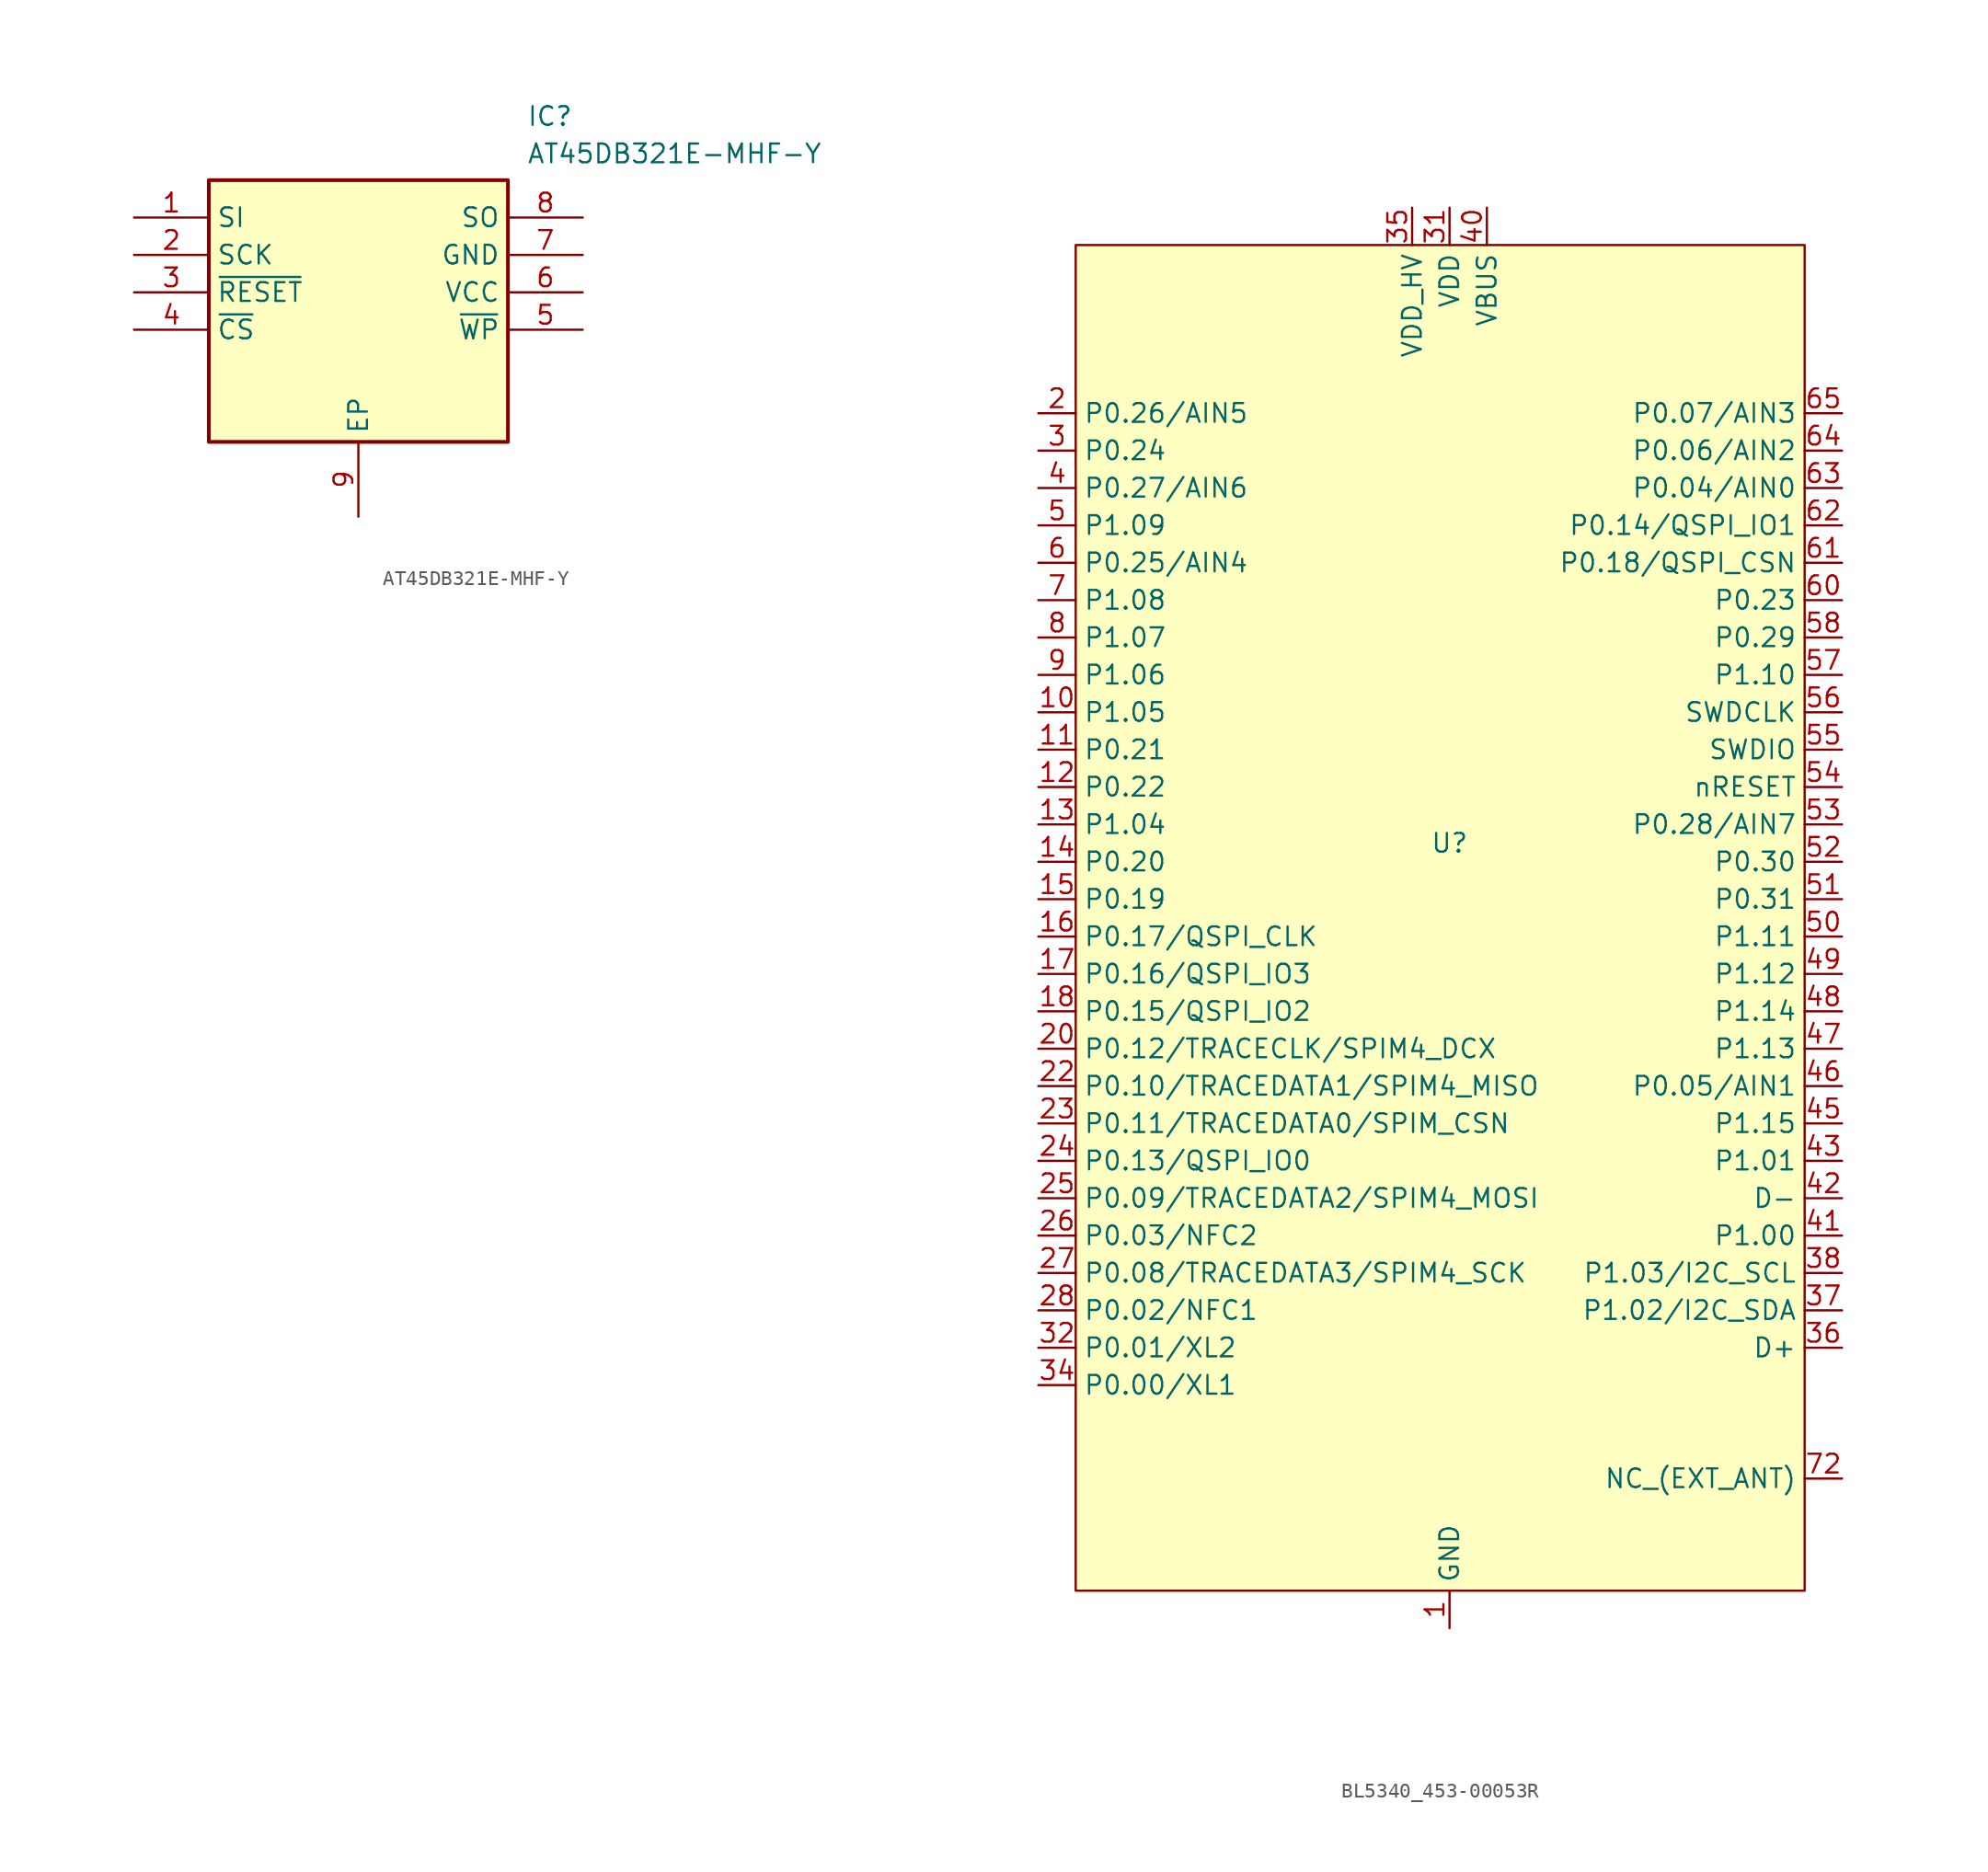
<source format=kicad_sym>
(kicad_symbol_lib
  (version 20231120)
  (generator "kicad_symbol_editor")
  (generator_version "8.0")
  (symbol "AT45DB321E-MHF-Y"
    (property "Reference" "IC"
      (at 26.67 7.62 0)
      (effects (font (size 1.27 1.27)) (justify left top)))
    (property "Value" "AT45DB321E-MHF-Y"
      (at 26.67 5.08 0)
      (effects (font (size 1.27 1.27)) (justify left top)))
    (symbol "AT45DB321E-MHF-Y_1_1"
      (rectangle (start 5.08 2.54) (end 25.4 -15.24) (stroke (width 0.254) (type default)) (fill (type background)))
      (pin passive line (at 0 0 0) (length 5.08) (name "SI" (effects (font (size 1.27 1.27)))) (number "1" (effects (font (size 1.27 1.27)))))
      (pin passive line (at 0 -2.54 0) (length 5.08) (name "SCK" (effects (font (size 1.27 1.27)))) (number "2" (effects (font (size 1.27 1.27)))))
      (pin passive line (at 0 -5.08 0) (length 5.08) (name "~{RESET}" (effects (font (size 1.27 1.27)))) (number "3" (effects (font (size 1.27 1.27)))))
      (pin passive line (at 0 -7.62 0) (length 5.08) (name "~{CS}" (effects (font (size 1.27 1.27)))) (number "4" (effects (font (size 1.27 1.27)))))
      (pin passive line (at 30.48 -7.62 180) (length 5.08) (name "~{WP}" (effects (font (size 1.27 1.27)))) (number "5" (effects (font (size 1.27 1.27)))))
      (pin passive line (at 30.48 -5.08 180) (length 5.08) (name "VCC" (effects (font (size 1.27 1.27)))) (number "6" (effects (font (size 1.27 1.27)))))
      (pin passive line (at 30.48 -2.54 180) (length 5.08) (name "GND" (effects (font (size 1.27 1.27)))) (number "7" (effects (font (size 1.27 1.27)))))
      (pin passive line (at 30.48 0 180) (length 5.08) (name "SO" (effects (font (size 1.27 1.27)))) (number "8" (effects (font (size 1.27 1.27)))))
      (pin passive line (at 15.24 -20.32 90) (length 5.08) (name "EP" (effects (font (size 1.27 1.27)))) (number "9" (effects (font (size 1.27 1.27)))))))
  (symbol "BL5340_453-00053R"
    (property "Reference" "U"
      (at 0 0 0)
      (effects (font (size 1.27 1.27))))
    (property "Value" ""
      (at 0 0 0)
      (effects (font (size 1.27 1.27))))
    (symbol "BL5340_453-00053R_1_1"
      (rectangle (start -25.4 40.64) (end 24.13 -50.8) (stroke (width 0) (type default)) (fill (type background)))
      (pin input line (at 0 -53.34 90) (length 2.54) (name "GND" (effects (font (size 1.27 1.27)))) (number "1" (effects (font (size 1.27 1.27)))))
      (pin input line (at -27.94 8.89 0) (length 2.54) (name "P1.05" (effects (font (size 1.27 1.27)))) (number "10" (effects (font (size 1.27 1.27)))))
      (pin input line (at -27.94 6.35 0) (length 2.54) (name "P0.21" (effects (font (size 1.27 1.27)))) (number "11" (effects (font (size 1.27 1.27)))))
      (pin input line (at -27.94 3.81 0) (length 2.54) (name "P0.22" (effects (font (size 1.27 1.27)))) (number "12" (effects (font (size 1.27 1.27)))))
      (pin input line (at -27.94 1.27 0) (length 2.54) (name "P1.04" (effects (font (size 1.27 1.27)))) (number "13" (effects (font (size 1.27 1.27)))))
      (pin input line (at -27.94 -1.27 0) (length 2.54) (name "P0.20" (effects (font (size 1.27 1.27)))) (number "14" (effects (font (size 1.27 1.27)))))
      (pin input line (at -27.94 -3.81 0) (length 2.54) (name "P0.19" (effects (font (size 1.27 1.27)))) (number "15" (effects (font (size 1.27 1.27)))))
      (pin input line (at -27.94 -6.35 0) (length 2.54) (name "P0.17/QSPI_CLK" (effects (font (size 1.27 1.27)))) (number "16" (effects (font (size 1.27 1.27)))))
      (pin input line (at -27.94 -8.89 0) (length 2.54) (name "P0.16/QSPI_IO3" (effects (font (size 1.27 1.27)))) (number "17" (effects (font (size 1.27 1.27)))))
      (pin input line (at -27.94 -11.43 0) (length 2.54) (name "P0.15/QSPI_IO2" (effects (font (size 1.27 1.27)))) (number "18" (effects (font (size 1.27 1.27)))))
      (pin input line (at 0 -53.34 90) (length 2.54) hide (name "GND" (effects (font (size 1.27 1.27)))) (number "19" (effects (font (size 1.27 1.27)))))
      (pin input line (at -27.94 29.21 0) (length 2.54) (name "P0.26/AIN5" (effects (font (size 1.27 1.27)))) (number "2" (effects (font (size 1.27 1.27)))))
      (pin input line (at -27.94 -13.97 0) (length 2.54) (name "P0.12/TRACECLK/SPIM4_DCX" (effects (font (size 1.27 1.27)))) (number "20" (effects (font (size 1.27 1.27)))))
      (pin input line (at 0 -53.34 90) (length 2.54) hide (name "GND" (effects (font (size 1.27 1.27)))) (number "21" (effects (font (size 1.27 1.27)))))
      (pin input line (at -27.94 -16.51 0) (length 2.54) (name "P0.10/TRACEDATA1/SPIM4_MISO" (effects (font (size 1.27 1.27)))) (number "22" (effects (font (size 1.27 1.27)))))
      (pin input line (at -27.94 -19.05 0) (length 2.54) (name "P0.11/TRACEDATA0/SPIM_CSN" (effects (font (size 1.27 1.27)))) (number "23" (effects (font (size 1.27 1.27)))))
      (pin input line (at -27.94 -21.59 0) (length 2.54) (name "P0.13/QSPI_IO0" (effects (font (size 1.27 1.27)))) (number "24" (effects (font (size 1.27 1.27)))))
      (pin input line (at -27.94 -24.13 0) (length 2.54) (name "P0.09/TRACEDATA2/SPIM4_MOSI" (effects (font (size 1.27 1.27)))) (number "25" (effects (font (size 1.27 1.27)))))
      (pin input line (at -27.94 -26.67 0) (length 2.54) (name "P0.03/NFC2" (effects (font (size 1.27 1.27)))) (number "26" (effects (font (size 1.27 1.27)))))
      (pin input line (at -27.94 -29.21 0) (length 2.54) (name "P0.08/TRACEDATA3/SPIM4_SCK" (effects (font (size 1.27 1.27)))) (number "27" (effects (font (size 1.27 1.27)))))
      (pin input line (at -27.94 -31.75 0) (length 2.54) (name "P0.02/NFC1" (effects (font (size 1.27 1.27)))) (number "28" (effects (font (size 1.27 1.27)))))
      (pin input line (at 0 -53.34 90) (length 2.54) hide (name "GND" (effects (font (size 1.27 1.27)))) (number "29" (effects (font (size 1.27 1.27)))))
      (pin input line (at -27.94 26.67 0) (length 2.54) (name "P0.24" (effects (font (size 1.27 1.27)))) (number "3" (effects (font (size 1.27 1.27)))))
      (pin input line (at 0 -53.34 90) (length 2.54) hide (name "GND" (effects (font (size 1.27 1.27)))) (number "30" (effects (font (size 1.27 1.27)))))
      (pin input line (at 0 43.18 270) (length 2.54) (name "VDD" (effects (font (size 1.27 1.27)))) (number "31" (effects (font (size 1.27 1.27)))))
      (pin input line (at -27.94 -34.29 0) (length 2.54) (name "P0.01/XL2" (effects (font (size 1.27 1.27)))) (number "32" (effects (font (size 1.27 1.27)))))
      (pin input line (at 0 -53.34 90) (length 2.54) hide (name "GND" (effects (font (size 1.27 1.27)))) (number "33" (effects (font (size 1.27 1.27)))))
      (pin input line (at -27.94 -36.83 0) (length 2.54) (name "P0.00/XL1" (effects (font (size 1.27 1.27)))) (number "34" (effects (font (size 1.27 1.27)))))
      (pin input line (at -2.54 43.18 270) (length 2.54) (name "VDD_HV" (effects (font (size 1.27 1.27)))) (number "35" (effects (font (size 1.27 1.27)))))
      (pin input line (at 26.67 -34.29 180) (length 2.54) (name "D+" (effects (font (size 1.27 1.27)))) (number "36" (effects (font (size 1.27 1.27)))))
      (pin input line (at 26.67 -31.75 180) (length 2.54) (name "P1.02/I2C_SDA" (effects (font (size 1.27 1.27)))) (number "37" (effects (font (size 1.27 1.27)))))
      (pin input line (at 26.67 -29.21 180) (length 2.54) (name "P1.03/I2C_SCL" (effects (font (size 1.27 1.27)))) (number "38" (effects (font (size 1.27 1.27)))))
      (pin input line (at 0 -53.34 90) (length 2.54) hide (name "GND" (effects (font (size 1.27 1.27)))) (number "39" (effects (font (size 1.27 1.27)))))
      (pin input line (at -27.94 24.13 0) (length 2.54) (name "P0.27/AIN6" (effects (font (size 1.27 1.27)))) (number "4" (effects (font (size 1.27 1.27)))))
      (pin input line (at 2.54 43.18 270) (length 2.54) (name "VBUS" (effects (font (size 1.27 1.27)))) (number "40" (effects (font (size 1.27 1.27)))))
      (pin input line (at 26.67 -26.67 180) (length 2.54) (name "P1.00" (effects (font (size 1.27 1.27)))) (number "41" (effects (font (size 1.27 1.27)))))
      (pin input line (at 26.67 -24.13 180) (length 2.54) (name "D-" (effects (font (size 1.27 1.27)))) (number "42" (effects (font (size 1.27 1.27)))))
      (pin input line (at 26.67 -21.59 180) (length 2.54) (name "P1.01" (effects (font (size 1.27 1.27)))) (number "43" (effects (font (size 1.27 1.27)))))
      (pin input line (at 0 -53.34 90) (length 2.54) hide (name "GND" (effects (font (size 1.27 1.27)))) (number "44" (effects (font (size 1.27 1.27)))))
      (pin input line (at 26.67 -19.05 180) (length 2.54) (name "P1.15" (effects (font (size 1.27 1.27)))) (number "45" (effects (font (size 1.27 1.27)))))
      (pin input line (at 26.67 -16.51 180) (length 2.54) (name "P0.05/AIN1" (effects (font (size 1.27 1.27)))) (number "46" (effects (font (size 1.27 1.27)))))
      (pin input line (at 26.67 -13.97 180) (length 2.54) (name "P1.13" (effects (font (size 1.27 1.27)))) (number "47" (effects (font (size 1.27 1.27)))))
      (pin input line (at 26.67 -11.43 180) (length 2.54) (name "P1.14" (effects (font (size 1.27 1.27)))) (number "48" (effects (font (size 1.27 1.27)))))
      (pin input line (at 26.67 -8.89 180) (length 2.54) (name "P1.12" (effects (font (size 1.27 1.27)))) (number "49" (effects (font (size 1.27 1.27)))))
      (pin input line (at -27.94 21.59 0) (length 2.54) (name "P1.09" (effects (font (size 1.27 1.27)))) (number "5" (effects (font (size 1.27 1.27)))))
      (pin input line (at 26.67 -6.35 180) (length 2.54) (name "P1.11" (effects (font (size 1.27 1.27)))) (number "50" (effects (font (size 1.27 1.27)))))
      (pin input line (at 26.67 -3.81 180) (length 2.54) (name "P0.31" (effects (font (size 1.27 1.27)))) (number "51" (effects (font (size 1.27 1.27)))))
      (pin input line (at 26.67 -1.27 180) (length 2.54) (name "P0.30" (effects (font (size 1.27 1.27)))) (number "52" (effects (font (size 1.27 1.27)))))
      (pin input line (at 26.67 1.27 180) (length 2.54) (name "P0.28/AIN7" (effects (font (size 1.27 1.27)))) (number "53" (effects (font (size 1.27 1.27)))))
      (pin input line (at 26.67 3.81 180) (length 2.54) (name "nRESET" (effects (font (size 1.27 1.27)))) (number "54" (effects (font (size 1.27 1.27)))))
      (pin input line (at 26.67 6.35 180) (length 2.54) (name "SWDIO" (effects (font (size 1.27 1.27)))) (number "55" (effects (font (size 1.27 1.27)))))
      (pin input line (at 26.67 8.89 180) (length 2.54) (name "SWDCLK" (effects (font (size 1.27 1.27)))) (number "56" (effects (font (size 1.27 1.27)))))
      (pin input line (at 26.67 11.43 180) (length 2.54) (name "P1.10" (effects (font (size 1.27 1.27)))) (number "57" (effects (font (size 1.27 1.27)))))
      (pin input line (at 26.67 13.97 180) (length 2.54) (name "P0.29" (effects (font (size 1.27 1.27)))) (number "58" (effects (font (size 1.27 1.27)))))
      (pin input line (at 0 -53.34 90) (length 2.54) hide (name "GND" (effects (font (size 1.27 1.27)))) (number "59" (effects (font (size 1.27 1.27)))))
      (pin input line (at -27.94 19.05 0) (length 2.54) (name "P0.25/AIN4" (effects (font (size 1.27 1.27)))) (number "6" (effects (font (size 1.27 1.27)))))
      (pin input line (at 26.67 16.51 180) (length 2.54) (name "P0.23" (effects (font (size 1.27 1.27)))) (number "60" (effects (font (size 1.27 1.27)))))
      (pin input line (at 26.67 19.05 180) (length 2.54) (name "P0.18/QSPI_CSN" (effects (font (size 1.27 1.27)))) (number "61" (effects (font (size 1.27 1.27)))))
      (pin input line (at 26.67 21.59 180) (length 2.54) (name "P0.14/QSPI_IO1" (effects (font (size 1.27 1.27)))) (number "62" (effects (font (size 1.27 1.27)))))
      (pin input line (at 26.67 24.13 180) (length 2.54) (name "P0.04/AIN0" (effects (font (size 1.27 1.27)))) (number "63" (effects (font (size 1.27 1.27)))))
      (pin input line (at 26.67 26.67 180) (length 2.54) (name "P0.06/AIN2" (effects (font (size 1.27 1.27)))) (number "64" (effects (font (size 1.27 1.27)))))
      (pin input line (at 26.67 29.21 180) (length 2.54) (name "P0.07/AIN3" (effects (font (size 1.27 1.27)))) (number "65" (effects (font (size 1.27 1.27)))))
      (pin input line (at 0 -53.34 90) (length 2.54) hide (name "GND" (effects (font (size 1.27 1.27)))) (number "66" (effects (font (size 1.27 1.27)))))
      (pin input line (at 0 -53.34 90) (length 2.54) hide (name "GND" (effects (font (size 1.27 1.27)))) (number "67" (effects (font (size 1.27 1.27)))))
      (pin input line (at 0 -53.34 90) (length 2.54) hide (name "GND" (effects (font (size 1.27 1.27)))) (number "68" (effects (font (size 1.27 1.27)))))
      (pin input line (at 0 -53.34 90) (length 2.54) hide (name "GND" (effects (font (size 1.27 1.27)))) (number "69" (effects (font (size 1.27 1.27)))))
      (pin input line (at -27.94 16.51 0) (length 2.54) (name "P1.08" (effects (font (size 1.27 1.27)))) (number "7" (effects (font (size 1.27 1.27)))))
      (pin input line (at 0 -53.34 90) (length 2.54) hide (name "GND" (effects (font (size 1.27 1.27)))) (number "70" (effects (font (size 1.27 1.27)))))
      (pin input line (at 0 -53.34 90) (length 2.54) hide (name "GND" (effects (font (size 1.27 1.27)))) (number "71" (effects (font (size 1.27 1.27)))))
      (pin input line (at 26.67 -43.18 180) (length 2.54) (name "NC_(EXT_ANT)" (effects (font (size 1.27 1.27)))) (number "72" (effects (font (size 1.27 1.27)))))
      (pin input line (at 0 -53.34 90) (length 2.54) hide (name "GND" (effects (font (size 1.27 1.27)))) (number "73" (effects (font (size 1.27 1.27)))))
      (pin input line (at 0 -53.34 90) (length 2.54) hide (name "GND" (effects (font (size 1.27 1.27)))) (number "74" (effects (font (size 1.27 1.27)))))
      (pin input line (at 0 -53.34 90) (length 2.54) hide (name "GND" (effects (font (size 1.27 1.27)))) (number "75" (effects (font (size 1.27 1.27)))))
      (pin input line (at -27.94 13.97 0) (length 2.54) (name "P1.07" (effects (font (size 1.27 1.27)))) (number "8" (effects (font (size 1.27 1.27)))))
      (pin input line (at -27.94 11.43 0) (length 2.54) (name "P1.06" (effects (font (size 1.27 1.27)))) (number "9" (effects (font (size 1.27 1.27))))))))
</source>
